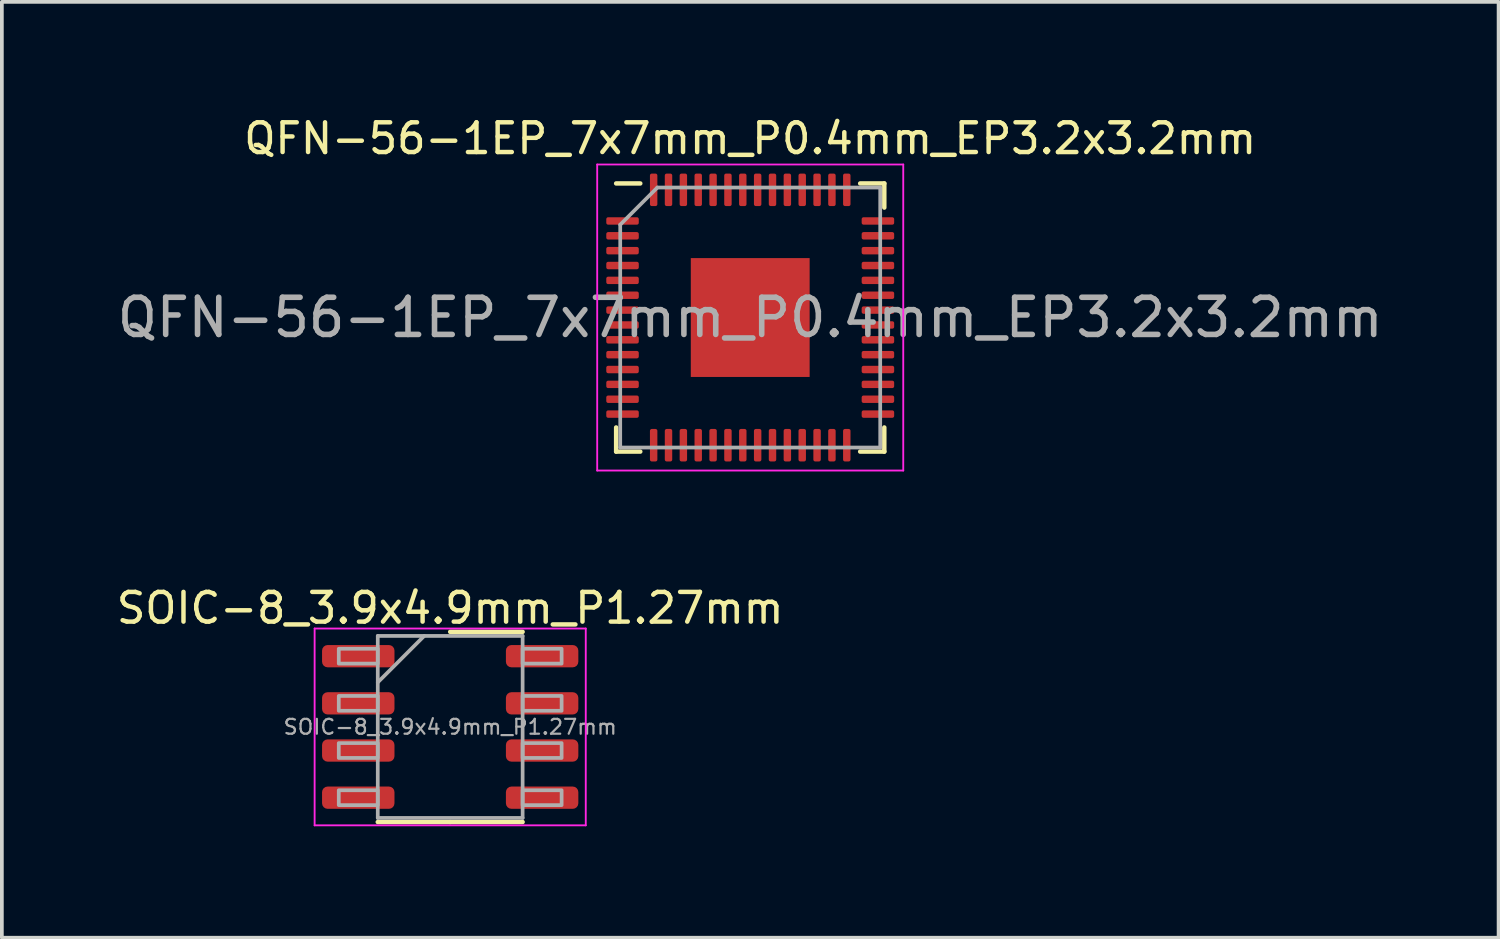
<source format=kicad_pcb>
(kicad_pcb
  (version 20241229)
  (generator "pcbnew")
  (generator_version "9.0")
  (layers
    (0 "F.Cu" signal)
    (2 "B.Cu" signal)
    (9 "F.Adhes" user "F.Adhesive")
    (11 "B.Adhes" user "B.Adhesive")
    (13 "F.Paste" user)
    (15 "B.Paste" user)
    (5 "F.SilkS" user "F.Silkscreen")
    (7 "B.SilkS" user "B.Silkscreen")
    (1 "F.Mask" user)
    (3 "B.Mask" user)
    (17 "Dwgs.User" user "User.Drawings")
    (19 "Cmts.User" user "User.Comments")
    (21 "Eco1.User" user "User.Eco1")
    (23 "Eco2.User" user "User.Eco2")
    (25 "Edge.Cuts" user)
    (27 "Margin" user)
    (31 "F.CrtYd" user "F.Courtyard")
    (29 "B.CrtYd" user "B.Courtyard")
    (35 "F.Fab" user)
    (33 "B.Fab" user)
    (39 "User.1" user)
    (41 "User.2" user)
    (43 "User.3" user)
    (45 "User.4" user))
  (footprint "SOIC-8_3.9x4.9mm_P1.27mm"
    (layer "F.Cu")
    (at 9.071 16.522)
    (property "Reference" "SOIC-8_3.9x4.9mm_P1.27mm" (at 0 -3.2 0) (layer "F.SilkS") (effects (font (size 0.8 0.8) (thickness 0.12))))
    (attr smd)
    (fp_line (start 0 -2.56) (end 1.95 -2.56) (stroke (width 0.12) (type solid)) (layer "F.SilkS"))
    (fp_line (start 0 2.56) (end -1.95 2.56) (stroke (width 0.12) (type solid)) (layer "F.SilkS"))
    (fp_line (start 0 2.56) (end 1.95 2.56) (stroke (width 0.12) (type solid)) (layer "F.SilkS"))
    (fp_line (start -3.65 -2.65) (end -3.65 2.65) (stroke (width 0.05) (type solid)) (layer "F.CrtYd"))
    (fp_line (start -3.65 2.65) (end 3.65 2.65) (stroke (width 0.05) (type solid)) (layer "F.CrtYd"))
    (fp_line (start 3.65 -2.65) (end -3.65 -2.65) (stroke (width 0.05) (type solid)) (layer "F.CrtYd"))
    (fp_line (start 3.65 2.65) (end 3.65 -2.65) (stroke (width 0.05) (type solid)) (layer "F.CrtYd"))
    (fp_line (start -1.95 -2.45) (end 1.95 -2.45) (stroke (width 0.1) (type solid)) (layer "F.Fab"))
    (fp_line (start -1.95 -1.2) (end -0.7 -2.45) (stroke (width 0.1) (type solid)) (layer "F.Fab"))
    (fp_line (start -1.95 2.45) (end -1.95 -2.45) (stroke (width 0.1) (type solid)) (layer "F.Fab"))
    (fp_line (start 1.95 -2.45) (end 1.95 2.45) (stroke (width 0.1) (type solid)) (layer "F.Fab"))
    (fp_line (start 1.95 2.45) (end -1.95 2.45) (stroke (width 0.1) (type solid)) (layer "F.Fab"))
    (fp_rect (start -1.95 -1.705) (end -3 -2.105) (stroke (width 0.1) (type solid)) (fill no) (layer "F.Fab"))
    (fp_rect (start -1.95 -0.435) (end -3 -0.835) (stroke (width 0.1) (type solid)) (fill no) (layer "F.Fab"))
    (fp_rect (start -1.95 0.835) (end -3 0.435) (stroke (width 0.1) (type solid)) (fill no) (layer "F.Fab"))
    (fp_rect (start -1.95 2.105) (end -3 1.705) (stroke (width 0.1) (type solid)) (fill no) (layer "F.Fab"))
    (fp_rect (start 1.95 -2.105) (end 3 -1.705) (stroke (width 0.1) (type solid)) (fill no) (layer "F.Fab"))
    (fp_rect (start 1.95 -0.835) (end 3 -0.435) (stroke (width 0.1) (type solid)) (fill no) (layer "F.Fab"))
    (fp_rect (start 1.95 0.435) (end 3 0.835) (stroke (width 0.1) (type solid)) (fill no) (layer "F.Fab"))
    (fp_rect (start 1.95 1.705) (end 3 2.105) (stroke (width 0.1) (type solid)) (fill no) (layer "F.Fab"))
    (fp_text user "${REFERENCE}" (at 0 0 0) (layer "F.Fab") (effects (font (size 0.4 0.4) (thickness 0.06))))
    (pad "1" smd roundrect (at -2.475 -1.905) (size 1.95 0.6) (layers "F.Cu" "F.Mask" "F.Paste") (roundrect_rratio 0.25))
    (pad "2" smd roundrect (at -2.475 -0.635) (size 1.95 0.6) (layers "F.Cu" "F.Mask" "F.Paste") (roundrect_rratio 0.25))
    (pad "3" smd roundrect (at -2.475 0.635) (size 1.95 0.6) (layers "F.Cu" "F.Mask" "F.Paste") (roundrect_rratio 0.25))
    (pad "4" smd roundrect (at -2.475 1.905) (size 1.95 0.6) (layers "F.Cu" "F.Mask" "F.Paste") (roundrect_rratio 0.25))
    (pad "5" smd roundrect (at 2.475 1.905) (size 1.95 0.6) (layers "F.Cu" "F.Mask" "F.Paste") (roundrect_rratio 0.25))
    (pad "6" smd roundrect (at 2.475 0.635) (size 1.95 0.6) (layers "F.Cu" "F.Mask" "F.Paste") (roundrect_rratio 0.25))
    (pad "7" smd roundrect (at 2.475 -0.635) (size 1.95 0.6) (layers "F.Cu" "F.Mask" "F.Paste") (roundrect_rratio 0.25))
    (pad "8" smd roundrect (at 2.475 -1.905) (size 1.95 0.6) (layers "F.Cu" "F.Mask" "F.Paste") (roundrect_rratio 0.25)))
  (footprint "QFN-56-1EP_7x7mm_P0.4mm_EP3.2x3.2mm"
    (layer "F.Cu")
    (at 17.149 5.499)
    (property "Reference" "QFN-56-1EP_7x7mm_P0.4mm_EP3.2x3.2mm" (at 0 -4.82 0) (layer "F.SilkS") (effects (font (size 0.8 0.8) (thickness 0.12))))
    (attr smd)
    (fp_line (start -3.61 3.61) (end -3.61 2.96) (stroke (width 0.12) (type solid)) (layer "F.SilkS"))
    (fp_line (start -2.96 -3.61) (end -3.61 -3.61) (stroke (width 0.12) (type solid)) (layer "F.SilkS"))
    (fp_line (start -2.96 3.61) (end -3.61 3.61) (stroke (width 0.12) (type solid)) (layer "F.SilkS"))
    (fp_line (start 2.96 -3.61) (end 3.61 -3.61) (stroke (width 0.12) (type solid)) (layer "F.SilkS"))
    (fp_line (start 2.96 3.61) (end 3.61 3.61) (stroke (width 0.12) (type solid)) (layer "F.SilkS"))
    (fp_line (start 3.61 -3.61) (end 3.61 -2.96) (stroke (width 0.12) (type solid)) (layer "F.SilkS"))
    (fp_line (start 3.61 3.61) (end 3.61 2.96) (stroke (width 0.12) (type solid)) (layer "F.SilkS"))
    (fp_line (start -4.12 -4.12) (end -4.12 4.12) (stroke (width 0.05) (type solid)) (layer "F.CrtYd"))
    (fp_line (start -4.12 4.12) (end 4.12 4.12) (stroke (width 0.05) (type solid)) (layer "F.CrtYd"))
    (fp_line (start 4.12 -4.12) (end -4.12 -4.12) (stroke (width 0.05) (type solid)) (layer "F.CrtYd"))
    (fp_line (start 4.12 4.12) (end 4.12 -4.12) (stroke (width 0.05) (type solid)) (layer "F.CrtYd"))
    (fp_line (start -3.5 -2.5) (end -2.5 -3.5) (stroke (width 0.1) (type solid)) (layer "F.Fab"))
    (fp_line (start -3.5 3.5) (end -3.5 -2.5) (stroke (width 0.1) (type solid)) (layer "F.Fab"))
    (fp_line (start -2.5 -3.5) (end 3.5 -3.5) (stroke (width 0.1) (type solid)) (layer "F.Fab"))
    (fp_line (start 3.5 -3.5) (end 3.5 3.5) (stroke (width 0.1) (type solid)) (layer "F.Fab"))
    (fp_line (start 3.5 3.5) (end -3.5 3.5) (stroke (width 0.1) (type solid)) (layer "F.Fab"))
    (fp_text user "${REFERENCE}" (at 0 0 0) (layer "F.Fab") (effects (font (size 1 1) (thickness 0.15))))
    (pad "" smd roundrect (at -0.8 -0.8) (size 1.29 1.29) (layers "F.Paste") (roundrect_rratio 0.194))
    (pad "" smd roundrect (at -0.8 0.8) (size 1.29 1.29) (layers "F.Paste") (roundrect_rratio 0.194))
    (pad "" smd roundrect (at 0.8 -0.8) (size 1.29 1.29) (layers "F.Paste") (roundrect_rratio 0.194))
    (pad "" smd roundrect (at 0.8 0.8) (size 1.29 1.29) (layers "F.Paste") (roundrect_rratio 0.194))
    (pad "1" smd roundrect (at -3.438 -2.6) (size 0.875 0.2) (layers "F.Cu" "F.Mask" "F.Paste") (roundrect_rratio 0.25))
    (pad "2" smd roundrect (at -3.438 -2.2) (size 0.875 0.2) (layers "F.Cu" "F.Mask" "F.Paste") (roundrect_rratio 0.25))
    (pad "3" smd roundrect (at -3.438 -1.8) (size 0.875 0.2) (layers "F.Cu" "F.Mask" "F.Paste") (roundrect_rratio 0.25))
    (pad "4" smd roundrect (at -3.438 -1.4) (size 0.875 0.2) (layers "F.Cu" "F.Mask" "F.Paste") (roundrect_rratio 0.25))
    (pad "5" smd roundrect (at -3.438 -1) (size 0.875 0.2) (layers "F.Cu" "F.Mask" "F.Paste") (roundrect_rratio 0.25))
    (pad "6" smd roundrect (at -3.438 -0.6) (size 0.875 0.2) (layers "F.Cu" "F.Mask" "F.Paste") (roundrect_rratio 0.25))
    (pad "7" smd roundrect (at -3.438 -0.2) (size 0.875 0.2) (layers "F.Cu" "F.Mask" "F.Paste") (roundrect_rratio 0.25))
    (pad "8" smd roundrect (at -3.438 0.2) (size 0.875 0.2) (layers "F.Cu" "F.Mask" "F.Paste") (roundrect_rratio 0.25))
    (pad "9" smd roundrect (at -3.438 0.6) (size 0.875 0.2) (layers "F.Cu" "F.Mask" "F.Paste") (roundrect_rratio 0.25))
    (pad "10" smd roundrect (at -3.438 1) (size 0.875 0.2) (layers "F.Cu" "F.Mask" "F.Paste") (roundrect_rratio 0.25))
    (pad "11" smd roundrect (at -3.438 1.4) (size 0.875 0.2) (layers "F.Cu" "F.Mask" "F.Paste") (roundrect_rratio 0.25))
    (pad "12" smd roundrect (at -3.438 1.8) (size 0.875 0.2) (layers "F.Cu" "F.Mask" "F.Paste") (roundrect_rratio 0.25))
    (pad "13" smd roundrect (at -3.438 2.2) (size 0.875 0.2) (layers "F.Cu" "F.Mask" "F.Paste") (roundrect_rratio 0.25))
    (pad "14" smd roundrect (at -3.438 2.6) (size 0.875 0.2) (layers "F.Cu" "F.Mask" "F.Paste") (roundrect_rratio 0.25))
    (pad "15" smd roundrect (at -2.6 3.438) (size 0.2 0.875) (layers "F.Cu" "F.Mask" "F.Paste") (roundrect_rratio 0.25))
    (pad "16" smd roundrect (at -2.2 3.438) (size 0.2 0.875) (layers "F.Cu" "F.Mask" "F.Paste") (roundrect_rratio 0.25))
    (pad "17" smd roundrect (at -1.8 3.438) (size 0.2 0.875) (layers "F.Cu" "F.Mask" "F.Paste") (roundrect_rratio 0.25))
    (pad "18" smd roundrect (at -1.4 3.438) (size 0.2 0.875) (layers "F.Cu" "F.Mask" "F.Paste") (roundrect_rratio 0.25))
    (pad "19" smd roundrect (at -1 3.438) (size 0.2 0.875) (layers "F.Cu" "F.Mask" "F.Paste") (roundrect_rratio 0.25))
    (pad "20" smd roundrect (at -0.6 3.438) (size 0.2 0.875) (layers "F.Cu" "F.Mask" "F.Paste") (roundrect_rratio 0.25))
    (pad "21" smd roundrect (at -0.2 3.438) (size 0.2 0.875) (layers "F.Cu" "F.Mask" "F.Paste") (roundrect_rratio 0.25))
    (pad "22" smd roundrect (at 0.2 3.438) (size 0.2 0.875) (layers "F.Cu" "F.Mask" "F.Paste") (roundrect_rratio 0.25))
    (pad "23" smd roundrect (at 0.6 3.438) (size 0.2 0.875) (layers "F.Cu" "F.Mask" "F.Paste") (roundrect_rratio 0.25))
    (pad "24" smd roundrect (at 1 3.438) (size 0.2 0.875) (layers "F.Cu" "F.Mask" "F.Paste") (roundrect_rratio 0.25))
    (pad "25" smd roundrect (at 1.4 3.438) (size 0.2 0.875) (layers "F.Cu" "F.Mask" "F.Paste") (roundrect_rratio 0.25))
    (pad "26" smd roundrect (at 1.8 3.438) (size 0.2 0.875) (layers "F.Cu" "F.Mask" "F.Paste") (roundrect_rratio 0.25))
    (pad "27" smd roundrect (at 2.2 3.438) (size 0.2 0.875) (layers "F.Cu" "F.Mask" "F.Paste") (roundrect_rratio 0.25))
    (pad "28" smd roundrect (at 2.6 3.438) (size 0.2 0.875) (layers "F.Cu" "F.Mask" "F.Paste") (roundrect_rratio 0.25))
    (pad "29" smd roundrect (at 3.438 2.6) (size 0.875 0.2) (layers "F.Cu" "F.Mask" "F.Paste") (roundrect_rratio 0.25))
    (pad "30" smd roundrect (at 3.438 2.2) (size 0.875 0.2) (layers "F.Cu" "F.Mask" "F.Paste") (roundrect_rratio 0.25))
    (pad "31" smd roundrect (at 3.438 1.8) (size 0.875 0.2) (layers "F.Cu" "F.Mask" "F.Paste") (roundrect_rratio 0.25))
    (pad "32" smd roundrect (at 3.438 1.4) (size 0.875 0.2) (layers "F.Cu" "F.Mask" "F.Paste") (roundrect_rratio 0.25))
    (pad "33" smd roundrect (at 3.438 1) (size 0.875 0.2) (layers "F.Cu" "F.Mask" "F.Paste") (roundrect_rratio 0.25))
    (pad "34" smd roundrect (at 3.438 0.6) (size 0.875 0.2) (layers "F.Cu" "F.Mask" "F.Paste") (roundrect_rratio 0.25))
    (pad "35" smd roundrect (at 3.438 0.2) (size 0.875 0.2) (layers "F.Cu" "F.Mask" "F.Paste") (roundrect_rratio 0.25))
    (pad "36" smd roundrect (at 3.438 -0.2) (size 0.875 0.2) (layers "F.Cu" "F.Mask" "F.Paste") (roundrect_rratio 0.25))
    (pad "37" smd roundrect (at 3.438 -0.6) (size 0.875 0.2) (layers "F.Cu" "F.Mask" "F.Paste") (roundrect_rratio 0.25))
    (pad "38" smd roundrect (at 3.438 -1) (size 0.875 0.2) (layers "F.Cu" "F.Mask" "F.Paste") (roundrect_rratio 0.25))
    (pad "39" smd roundrect (at 3.438 -1.4) (size 0.875 0.2) (layers "F.Cu" "F.Mask" "F.Paste") (roundrect_rratio 0.25))
    (pad "40" smd roundrect (at 3.438 -1.8) (size 0.875 0.2) (layers "F.Cu" "F.Mask" "F.Paste") (roundrect_rratio 0.25))
    (pad "41" smd roundrect (at 3.438 -2.2) (size 0.875 0.2) (layers "F.Cu" "F.Mask" "F.Paste") (roundrect_rratio 0.25))
    (pad "42" smd roundrect (at 3.438 -2.6) (size 0.875 0.2) (layers "F.Cu" "F.Mask" "F.Paste") (roundrect_rratio 0.25))
    (pad "43" smd roundrect (at 2.6 -3.438) (size 0.2 0.875) (layers "F.Cu" "F.Mask" "F.Paste") (roundrect_rratio 0.25))
    (pad "44" smd roundrect (at 2.2 -3.438) (size 0.2 0.875) (layers "F.Cu" "F.Mask" "F.Paste") (roundrect_rratio 0.25))
    (pad "45" smd roundrect (at 1.8 -3.438) (size 0.2 0.875) (layers "F.Cu" "F.Mask" "F.Paste") (roundrect_rratio 0.25))
    (pad "46" smd roundrect (at 1.4 -3.438) (size 0.2 0.875) (layers "F.Cu" "F.Mask" "F.Paste") (roundrect_rratio 0.25))
    (pad "47" smd roundrect (at 1 -3.438) (size 0.2 0.875) (layers "F.Cu" "F.Mask" "F.Paste") (roundrect_rratio 0.25))
    (pad "48" smd roundrect (at 0.6 -3.438) (size 0.2 0.875) (layers "F.Cu" "F.Mask" "F.Paste") (roundrect_rratio 0.25))
    (pad "49" smd roundrect (at 0.2 -3.438) (size 0.2 0.875) (layers "F.Cu" "F.Mask" "F.Paste") (roundrect_rratio 0.25))
    (pad "50" smd roundrect (at -0.2 -3.438) (size 0.2 0.875) (layers "F.Cu" "F.Mask" "F.Paste") (roundrect_rratio 0.25))
    (pad "51" smd roundrect (at -0.6 -3.438) (size 0.2 0.875) (layers "F.Cu" "F.Mask" "F.Paste") (roundrect_rratio 0.25))
    (pad "52" smd roundrect (at -1 -3.438) (size 0.2 0.875) (layers "F.Cu" "F.Mask" "F.Paste") (roundrect_rratio 0.25))
    (pad "53" smd roundrect (at -1.4 -3.438) (size 0.2 0.875) (layers "F.Cu" "F.Mask" "F.Paste") (roundrect_rratio 0.25))
    (pad "54" smd roundrect (at -1.8 -3.438) (size 0.2 0.875) (layers "F.Cu" "F.Mask" "F.Paste") (roundrect_rratio 0.25))
    (pad "55" smd roundrect (at -2.2 -3.438) (size 0.2 0.875) (layers "F.Cu" "F.Mask" "F.Paste") (roundrect_rratio 0.25))
    (pad "56" smd roundrect (at -2.6 -3.438) (size 0.2 0.875) (layers "F.Cu" "F.Mask" "F.Paste") (roundrect_rratio 0.25))
    (pad "57" smd rect (at 0 0) (size 3.2 3.2) (layers "F.Cu" "F.Mask")))
  (gr_rect
    (start -3 -3)
    (end 37.298 22.197)
    (stroke (width 0.1) (type default))
    (fill no)
    (layer "Edge.Cuts")))
</source>
